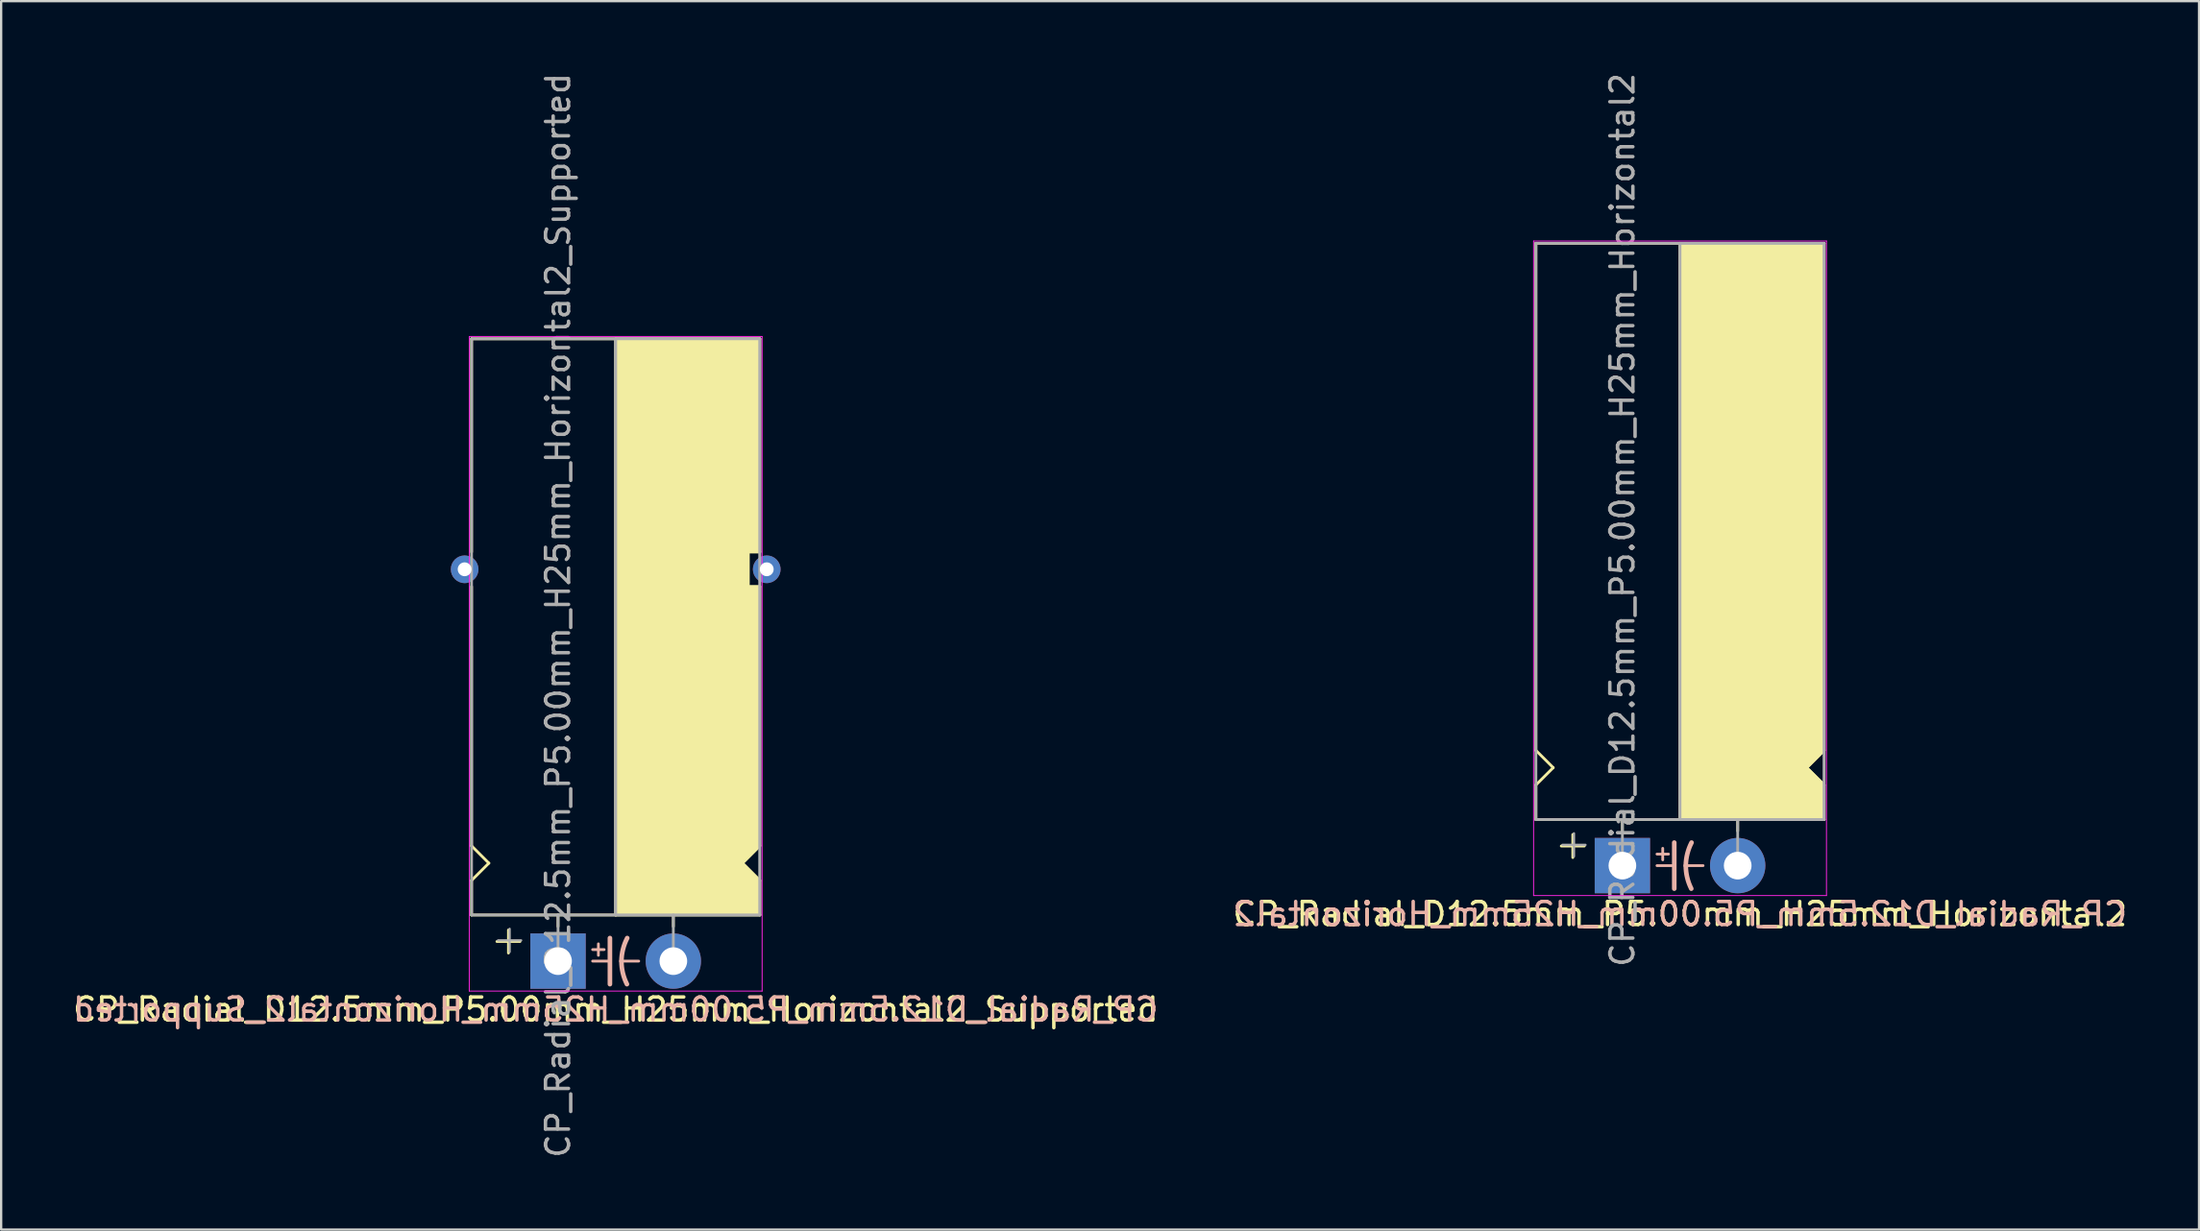
<source format=kicad_pcb>
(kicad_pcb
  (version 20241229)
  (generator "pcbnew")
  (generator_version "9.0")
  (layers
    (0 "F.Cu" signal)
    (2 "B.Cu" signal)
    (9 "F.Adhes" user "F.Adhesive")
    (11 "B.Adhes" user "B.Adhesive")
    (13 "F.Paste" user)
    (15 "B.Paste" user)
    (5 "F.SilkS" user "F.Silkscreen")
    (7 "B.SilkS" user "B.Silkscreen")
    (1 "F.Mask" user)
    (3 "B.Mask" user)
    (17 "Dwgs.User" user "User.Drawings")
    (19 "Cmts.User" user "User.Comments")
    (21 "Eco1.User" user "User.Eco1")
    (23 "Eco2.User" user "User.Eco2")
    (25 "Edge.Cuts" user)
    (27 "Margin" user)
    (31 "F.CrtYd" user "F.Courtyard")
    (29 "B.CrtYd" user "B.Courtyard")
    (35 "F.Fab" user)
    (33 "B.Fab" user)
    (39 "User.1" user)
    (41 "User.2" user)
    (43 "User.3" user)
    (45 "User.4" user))
  (footprint "CP_Radial_D12.5mm_P5.00mm_H25mm_Horizontal2"
    (layer "F.Cu")
    (at 67.304 34.506)
    (property "Reference" "CP_Radial_D12.5mm_P5.00mm_H25mm_Horizontal2" (at 2.5 2.1 180) (layer "F.SilkS") (effects (font (size 1 1) (thickness 0.15))))
    (fp_line (start -3.75 -5) (end -3.75 -27) (stroke (width 0.12) (type solid)) (layer "F.SilkS"))
    (fp_line (start -3.75 -3.5) (end -3 -4.25) (stroke (width 0.12) (type solid)) (layer "F.SilkS"))
    (fp_line (start -3.75 -2) (end -3.75 -3.5) (stroke (width 0.12) (type solid)) (layer "F.SilkS"))
    (fp_line (start -3 -4.25) (end -3.75 -5) (stroke (width 0.12) (type solid)) (layer "F.SilkS"))
    (fp_line (start -2.15 -1.35) (end -2.15 -0.35) (stroke (width 0.12) (type solid)) (layer "F.SilkS"))
    (fp_line (start -1.65 -0.85) (end -2.65 -0.85) (stroke (width 0.12) (type solid)) (layer "F.SilkS"))
    (fp_line (start 0 -1.5) (end 0 -2) (stroke (width 0.12) (type solid)) (layer "F.SilkS"))
    (fp_line (start 2.5 -2) (end -3.75 -2) (stroke (width 0.12) (type solid)) (layer "F.SilkS"))
    (fp_line (start 2.5 -2) (end 2.5 -27) (stroke (width 0.12) (type solid)) (layer "F.SilkS"))
    (fp_line (start 2.5 -2) (end 8.75 -2) (stroke (width 0.12) (type solid)) (layer "F.SilkS"))
    (fp_line (start 5 -1.5) (end 5 -2) (stroke (width 0.12) (type solid)) (layer "F.SilkS"))
    (fp_line (start 8 -4.25) (end 8.75 -5) (stroke (width 0.12) (type solid)) (layer "F.SilkS"))
    (fp_line (start 8.75 -27) (end -3.75 -27) (stroke (width 0.12) (type solid)) (layer "F.SilkS"))
    (fp_line (start 8.75 -5) (end 8.75 -27) (stroke (width 0.12) (type solid)) (layer "F.SilkS"))
    (fp_line (start 8.75 -3.5) (end 8 -4.25) (stroke (width 0.12) (type solid)) (layer "F.SilkS"))
    (fp_line (start 8.75 -2) (end 8.75 -3.5) (stroke (width 0.12) (type solid)) (layer "F.SilkS"))
    (fp_poly (pts (xy 8.75 -3.5) (xy 8 -4.25) (xy 8.75 -5) (xy 8.75 -27) (xy 2.5 -27) (xy 2.5 -2) (xy 8.75 -2)) (stroke (width 0.1) (type solid)) (fill yes) (layer "F.SilkS"))
    (fp_line (start 1.5 -0.5) (end 2 -0.5) (stroke (width 0.12) (type solid)) (layer "B.SilkS"))
    (fp_line (start 1.5 0) (end 2.25 0) (stroke (width 0.12) (type solid)) (layer "B.SilkS"))
    (fp_line (start 1.75 -0.75) (end 1.75 -0.25) (stroke (width 0.12) (type solid)) (layer "B.SilkS"))
    (fp_line (start 2.25 1) (end 2.25 -1) (stroke (width 0.2) (type solid)) (layer "B.SilkS"))
    (fp_line (start 3.5 0) (end 2.75 0) (stroke (width 0.12) (type solid)) (layer "B.SilkS"))
    (fp_arc (start 2.75 0) (mid 2.816707 -0.514573) (end 3 -1) (stroke (width 0.2) (type solid)) (layer "B.SilkS"))
    (fp_arc (start 2.987539 1) (mid 2.810247 0.513901) (end 2.75 0) (stroke (width 0.2) (type solid)) (layer "B.SilkS"))
    (fp_line (start -3.85 -27.1) (end -3.85 1.3) (stroke (width 0.04) (type solid)) (layer "F.CrtYd"))
    (fp_line (start 8.85 -27.1) (end -3.85 -27.1) (stroke (width 0.04) (type solid)) (layer "F.CrtYd"))
    (fp_line (start 8.85 1.3) (end -3.85 1.3) (stroke (width 0.04) (type solid)) (layer "F.CrtYd"))
    (fp_line (start 8.85 1.3) (end 8.85 -27.1) (stroke (width 0.04) (type solid)) (layer "F.CrtYd"))
    (fp_line (start -3.75 -27) (end 8.75 -27) (stroke (width 0.12) (type solid)) (layer "F.Fab"))
    (fp_line (start -3.75 -2) (end -3.75 -27) (stroke (width 0.12) (type solid)) (layer "F.Fab"))
    (fp_line (start -2.6 -0.9) (end -1.6 -0.9) (stroke (width 0.1) (type solid)) (layer "F.Fab"))
    (fp_line (start -2.1 -0.4) (end -2.1 -1.4) (stroke (width 0.1) (type solid)) (layer "F.Fab"))
    (fp_line (start 0 -2) (end -3.75 -2) (stroke (width 0.12) (type solid)) (layer "F.Fab"))
    (fp_line (start 0 0) (end 0 -2) (stroke (width 0.12) (type solid)) (layer "F.Fab"))
    (fp_line (start 2.5 -2) (end 2.5 -27) (stroke (width 0.12) (type solid)) (layer "F.Fab"))
    (fp_line (start 5 -2) (end 5 0) (stroke (width 0.12) (type solid)) (layer "F.Fab"))
    (fp_line (start 8.75 -27) (end 8.75 -2) (stroke (width 0.12) (type solid)) (layer "F.Fab"))
    (fp_line (start 8.75 -2) (end 0 -2) (stroke (width 0.12) (type solid)) (layer "F.Fab"))
    (fp_poly (pts (xy 8.75 -27) (xy 2.5 -27) (xy 2.5 -2) (xy 8.75 -2)) (stroke (width 0.1) (type solid)) (fill no) (layer "F.Fab"))
    (fp_text user "${REFERENCE}" (at 2.5 2.1 0) (layer "B.SilkS") (effects (font (size 1 1) (thickness 0.15)) (justify mirror)))
    (fp_text user "${REFERENCE}" (at 0 -15 90) (layer "F.Fab") (effects (font (size 1 1) (thickness 0.15))))
    (pad "1" thru_hole rect (at 0 0) (size 2.4 2.4) (drill 1.2) (layers "*.Cu" "*.Mask"))
    (pad "2" thru_hole circle (at 5 0) (size 2.4 2.4) (drill 1.2) (layers "*.Cu" "*.Mask")))
  (footprint "CP_Radial_D12.5mm_P5.00mm_H25mm_Horizontal2_Supported"
    (layer "F.Cu")
    (at 21.149 38.649)
    (property "Reference" "CP_Radial_D12.5mm_P5.00mm_H25mm_Horizontal2_Supported" (at 2.5 2.1 180) (layer "F.SilkS") (effects (font (size 1 1) (thickness 0.15))))
    (fp_line (start -3.75 -27) (end -3.75 -17.75) (stroke (width 0.12) (type solid)) (layer "F.SilkS"))
    (fp_line (start -3.75 -5) (end -3.75 -16.25) (stroke (width 0.12) (type solid)) (layer "F.SilkS"))
    (fp_line (start -3.75 -3.5) (end -3 -4.25) (stroke (width 0.12) (type solid)) (layer "F.SilkS"))
    (fp_line (start -3.75 -2) (end -3.75 -3.5) (stroke (width 0.12) (type solid)) (layer "F.SilkS"))
    (fp_line (start -3 -4.25) (end -3.75 -5) (stroke (width 0.12) (type solid)) (layer "F.SilkS"))
    (fp_line (start -2.15 -1.35) (end -2.15 -0.35) (stroke (width 0.12) (type solid)) (layer "F.SilkS"))
    (fp_line (start -1.65 -0.85) (end -2.65 -0.85) (stroke (width 0.12) (type solid)) (layer "F.SilkS"))
    (fp_line (start 0 -1.5) (end 0 -2) (stroke (width 0.12) (type solid)) (layer "F.SilkS"))
    (fp_line (start 2.5 -2) (end -3.75 -2) (stroke (width 0.12) (type solid)) (layer "F.SilkS"))
    (fp_line (start 2.5 -2) (end 2.5 -27) (stroke (width 0.12) (type solid)) (layer "F.SilkS"))
    (fp_line (start 2.5 -2) (end 8.75 -2) (stroke (width 0.12) (type solid)) (layer "F.SilkS"))
    (fp_line (start 5 -1.5) (end 5 -2) (stroke (width 0.12) (type solid)) (layer "F.SilkS"))
    (fp_line (start 8 -4.25) (end 8.75 -5) (stroke (width 0.12) (type solid)) (layer "F.SilkS"))
    (fp_line (start 8.25 -17.75) (end 8.25 -16.25) (stroke (width 0.12) (type solid)) (layer "F.SilkS"))
    (fp_line (start 8.25 -16.25) (end 8.75 -16.25) (stroke (width 0.12) (type solid)) (layer "F.SilkS"))
    (fp_line (start 8.75 -27) (end -3.75 -27) (stroke (width 0.12) (type solid)) (layer "F.SilkS"))
    (fp_line (start 8.75 -27) (end 8.75 -17.75) (stroke (width 0.12) (type solid)) (layer "F.SilkS"))
    (fp_line (start 8.75 -17.75) (end 8.25 -17.75) (stroke (width 0.12) (type solid)) (layer "F.SilkS"))
    (fp_line (start 8.75 -5) (end 8.75 -16.25) (stroke (width 0.12) (type solid)) (layer "F.SilkS"))
    (fp_line (start 8.75 -3.5) (end 8 -4.25) (stroke (width 0.12) (type solid)) (layer "F.SilkS"))
    (fp_line (start 8.75 -2) (end 8.75 -3.5) (stroke (width 0.12) (type solid)) (layer "F.SilkS"))
    (fp_poly (pts (xy 8.75 -3.5) (xy 8 -4.25) (xy 8.75 -5) (xy 8.75 -16.25) (xy 8.25 -16.25) (xy 8.25 -17.75) (xy 8.75 -17.75) (xy 8.75 -27) (xy 2.5 -27) (xy 2.5 -2) (xy 8.75 -2)) (stroke (width 0.1) (type solid)) (fill yes) (layer "F.SilkS"))
    (fp_line (start 1.5 -0.5) (end 2 -0.5) (stroke (width 0.12) (type solid)) (layer "B.SilkS"))
    (fp_line (start 1.5 0) (end 2.25 0) (stroke (width 0.12) (type solid)) (layer "B.SilkS"))
    (fp_line (start 1.75 -0.75) (end 1.75 -0.25) (stroke (width 0.12) (type solid)) (layer "B.SilkS"))
    (fp_line (start 2.25 1) (end 2.25 -1) (stroke (width 0.2) (type solid)) (layer "B.SilkS"))
    (fp_line (start 3.5 0) (end 2.75 0) (stroke (width 0.12) (type solid)) (layer "B.SilkS"))
    (fp_arc (start 2.75 0) (mid 2.816707 -0.514573) (end 3 -1) (stroke (width 0.2) (type solid)) (layer "B.SilkS"))
    (fp_arc (start 2.987539 1) (mid 2.810247 0.513901) (end 2.75 0) (stroke (width 0.2) (type solid)) (layer "B.SilkS"))
    (fp_line (start -3.85 -27.1) (end -3.85 1.3) (stroke (width 0.04) (type solid)) (layer "F.CrtYd"))
    (fp_line (start 8.85 -27.1) (end -3.85 -27.1) (stroke (width 0.04) (type solid)) (layer "F.CrtYd"))
    (fp_line (start 8.85 1.3) (end -3.85 1.3) (stroke (width 0.04) (type solid)) (layer "F.CrtYd"))
    (fp_line (start 8.85 1.3) (end 8.85 -27.1) (stroke (width 0.04) (type solid)) (layer "F.CrtYd"))
    (fp_line (start -3.75 -27) (end 8.75 -27) (stroke (width 0.12) (type solid)) (layer "F.Fab"))
    (fp_line (start -3.75 -2) (end -3.75 -27) (stroke (width 0.12) (type solid)) (layer "F.Fab"))
    (fp_line (start -2.6 -0.9) (end -1.6 -0.9) (stroke (width 0.1) (type solid)) (layer "F.Fab"))
    (fp_line (start -2.1 -0.4) (end -2.1 -1.4) (stroke (width 0.1) (type solid)) (layer "F.Fab"))
    (fp_line (start 0 -2) (end -3.75 -2) (stroke (width 0.12) (type solid)) (layer "F.Fab"))
    (fp_line (start 0 0) (end 0 -2) (stroke (width 0.12) (type solid)) (layer "F.Fab"))
    (fp_line (start 2.5 -2) (end 2.5 -27) (stroke (width 0.12) (type solid)) (layer "F.Fab"))
    (fp_line (start 5 -2) (end 5 0) (stroke (width 0.12) (type solid)) (layer "F.Fab"))
    (fp_line (start 8.75 -27) (end 8.75 -2) (stroke (width 0.12) (type solid)) (layer "F.Fab"))
    (fp_line (start 8.75 -2) (end 0 -2) (stroke (width 0.12) (type solid)) (layer "F.Fab"))
    (fp_poly (pts (xy 8.75 -27) (xy 2.5 -27) (xy 2.5 -2) (xy 8.75 -2)) (stroke (width 0.1) (type solid)) (fill no) (layer "F.Fab"))
    (fp_text user "${REFERENCE}" (at 2.5 2.1 0) (layer "B.SilkS") (effects (font (size 1 1) (thickness 0.15)) (justify mirror)))
    (fp_text user "${REFERENCE}" (at 0 -15 90) (layer "F.Fab") (effects (font (size 1 1) (thickness 0.15))))
    (pad "1" thru_hole rect (at 0 0) (size 2.4 2.4) (drill 1.2) (layers "*.Cu" "*.Mask"))
    (pad "2" thru_hole circle (at 5 0) (size 2.4 2.4) (drill 1.2) (layers "*.Cu" "*.Mask"))
    (pad "~" thru_hole circle (at -4.05 -17 180) (size 1.2 1.2) (drill 0.6) (layers "*.Cu" "*.Mask"))
    (pad "~" thru_hole circle (at 9.05 -17 180) (size 1.2 1.2) (drill 0.6) (layers "*.Cu" "*.Mask")))
  (gr_rect
    (start -3 -3)
    (end 92.31 50.298)
    (stroke (width 0.1) (type default))
    (fill no)
    (layer "Edge.Cuts")))
</source>
